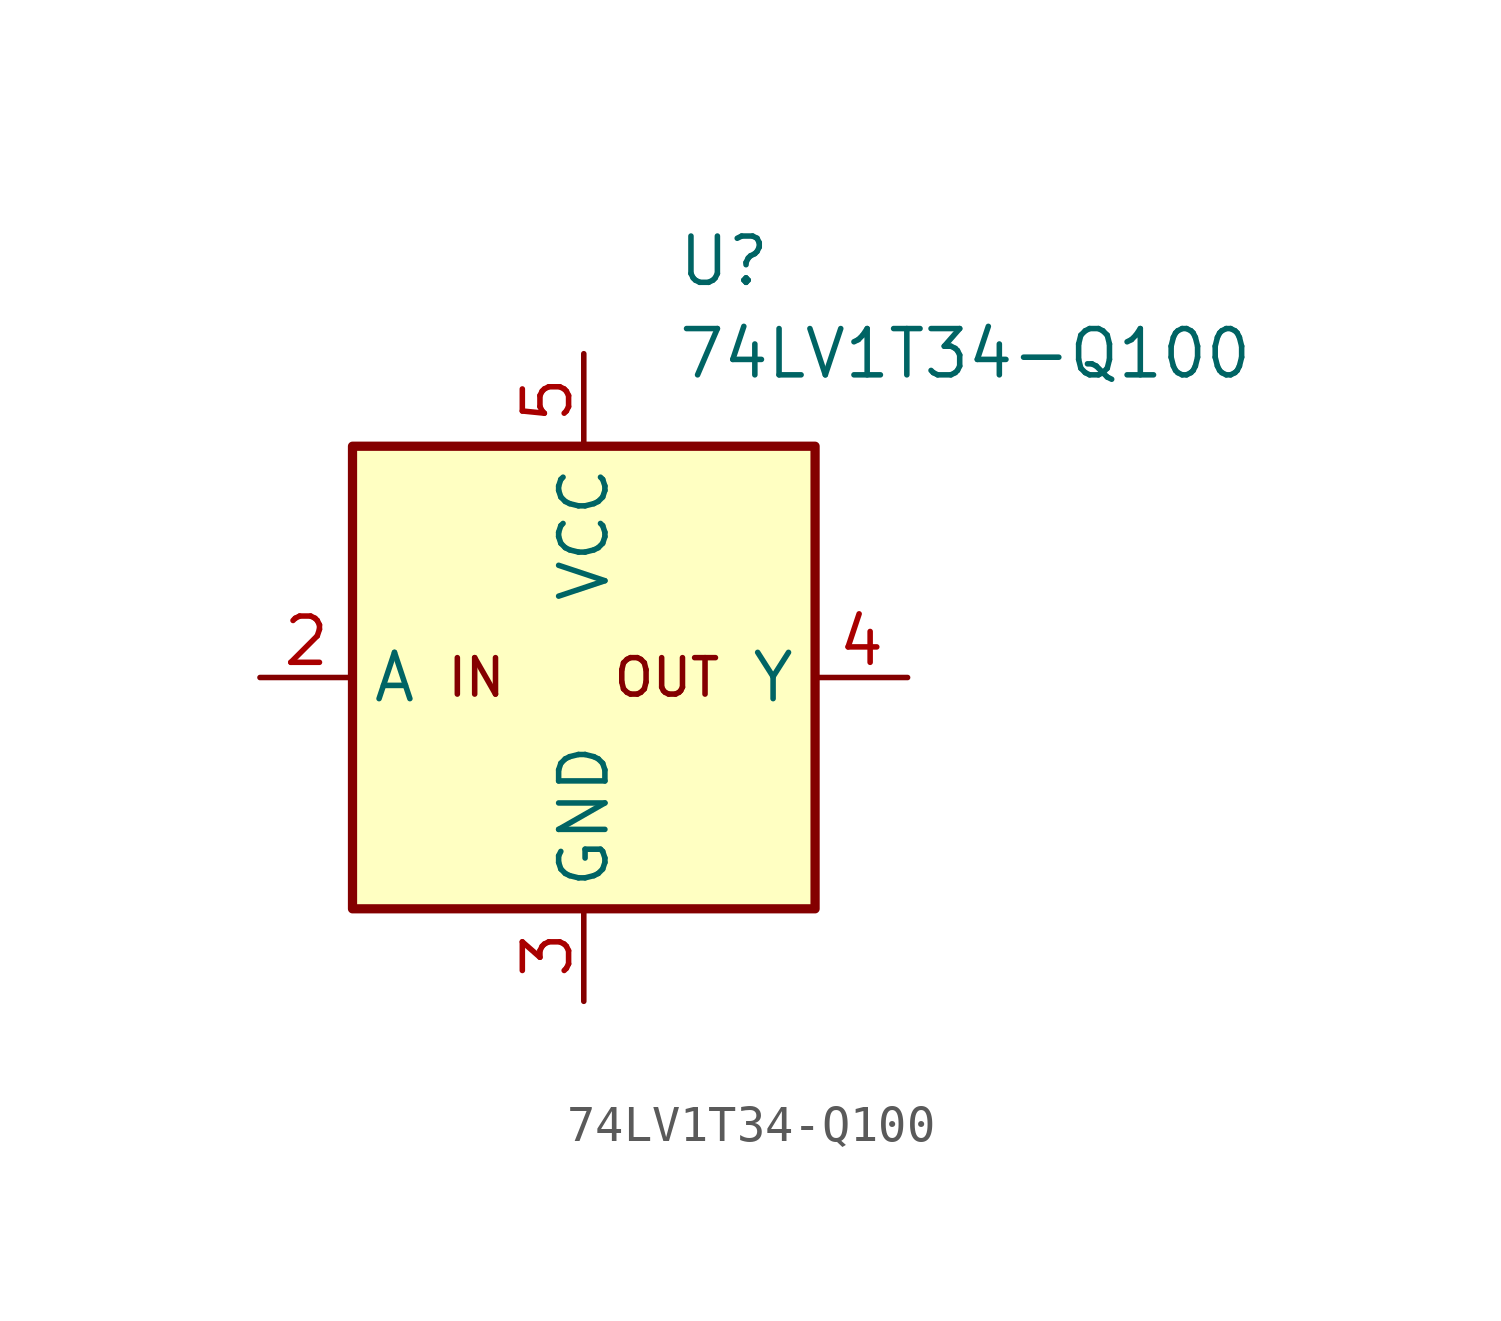
<source format=kicad_sym>
(kicad_symbol_lib
  (version 20211014)
  (generator kicad_symbol_editor)
  (symbol "74LV1T34-Q100"
    (property "Reference" "U"
      (at 2.54 11.43 0)
      (effects (font (size 1.27 1.27)) (justify left)))
    (property "Value" "74LV1T34-Q100"
      (at 2.54 8.89 0)
      (effects (font (size 1.27 1.27)) (justify left)))
    (symbol "74LV1T34-Q100_0_0"
      (rectangle (start -6.35 6.35) (end 6.35 -6.35) (stroke (width 0.254) (type default) (color 0 0 0 0)) (fill (type background)))
      (text "IN" (at -3.81 0 0) (effects (font (size 1 1)) (justify left)))
      (text "OUT" (at 3.81 0 0) (effects (font (size 1 1)) (justify right)))
      (pin no_connect line (at -6.35 -5.08 0) (length 2.54) hide (name "NC" (effects (font (size 1.27 1.27)))) (number "1" (effects (font (size 1.27 1.27)))))
      (pin input line (at -8.89 0 0) (length 2.54) (name "A" (effects (font (size 1.27 1.27)))) (number "2" (effects (font (size 1.27 1.27)))))
      (pin power_in line (at 0 -8.89 90) (length 2.54) (name "GND" (effects (font (size 1.27 1.27)))) (number "3" (effects (font (size 1.27 1.27)))))
      (pin output line (at 8.89 0 180) (length 2.54) (name "Y" (effects (font (size 1.27 1.27)))) (number "4" (effects (font (size 1.27 1.27)))))
      (pin power_in line (at 0 8.89 270) (length 2.54) (name "VCC" (effects (font (size 1.27 1.27)))) (number "5" (effects (font (size 1.27 1.27))))))))
</source>
